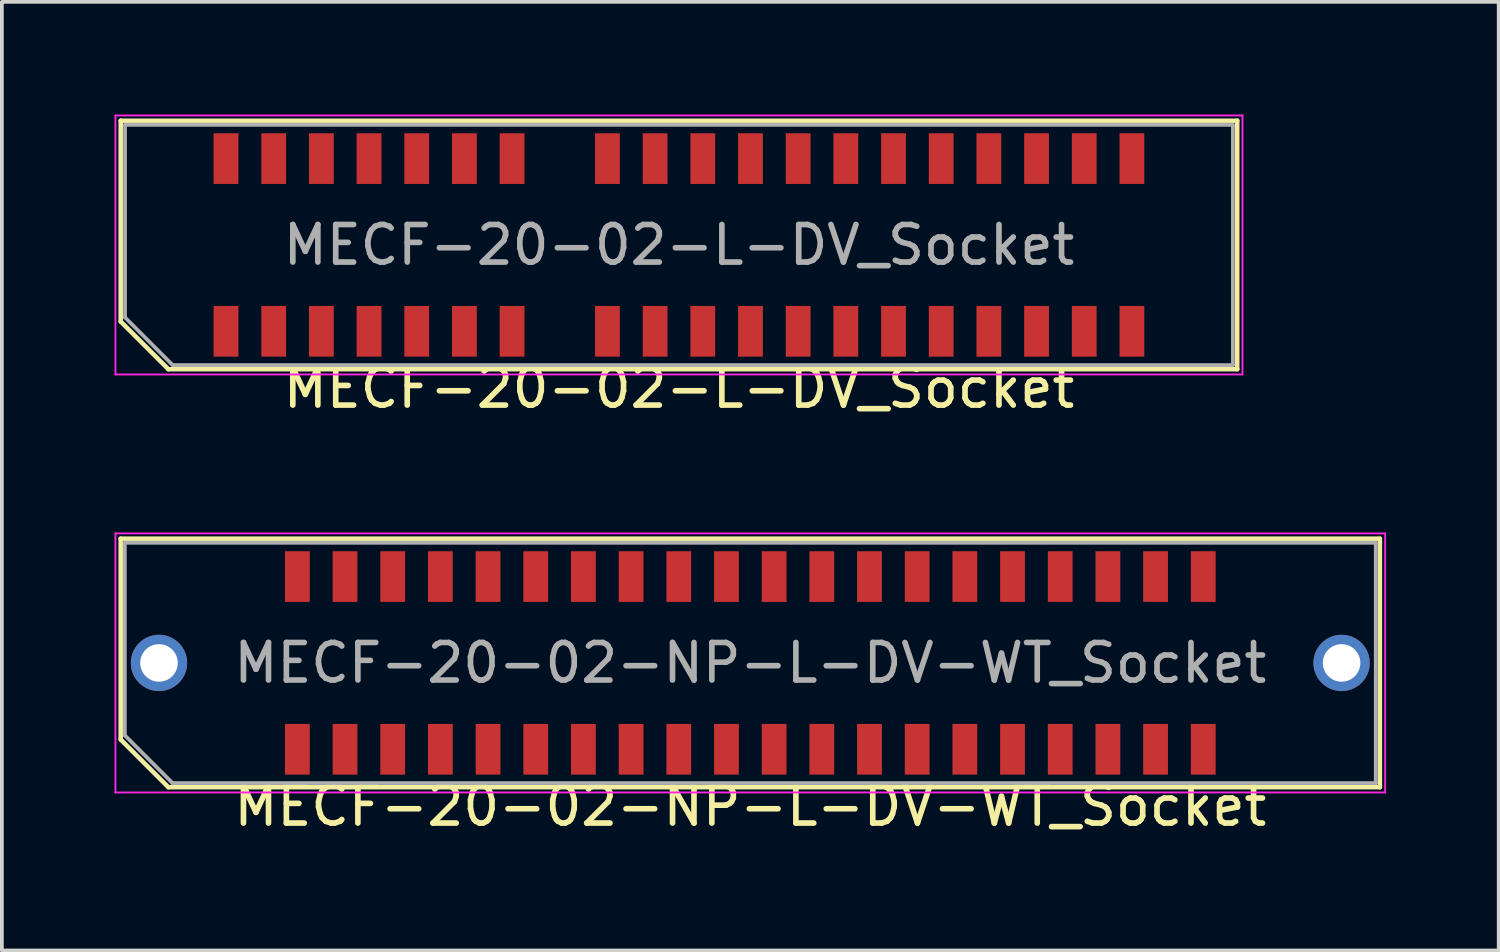
<source format=kicad_pcb>
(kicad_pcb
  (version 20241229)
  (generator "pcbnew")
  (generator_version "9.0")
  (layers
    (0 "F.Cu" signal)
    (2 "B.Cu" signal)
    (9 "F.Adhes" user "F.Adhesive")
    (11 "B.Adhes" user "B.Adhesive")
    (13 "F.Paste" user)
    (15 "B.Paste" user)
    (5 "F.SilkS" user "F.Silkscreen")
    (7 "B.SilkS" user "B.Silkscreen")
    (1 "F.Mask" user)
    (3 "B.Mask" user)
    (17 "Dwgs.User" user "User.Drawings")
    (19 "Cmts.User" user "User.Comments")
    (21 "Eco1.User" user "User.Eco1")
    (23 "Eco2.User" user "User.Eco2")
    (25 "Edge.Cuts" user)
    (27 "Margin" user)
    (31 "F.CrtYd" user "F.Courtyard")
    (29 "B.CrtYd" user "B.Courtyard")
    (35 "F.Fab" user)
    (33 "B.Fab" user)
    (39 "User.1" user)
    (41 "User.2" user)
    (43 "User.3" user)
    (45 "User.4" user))
  (footprint "MECF-20-02-NP-L-DV-WT_Socket"
    (layer "F.Cu")
    (at 16.935 14.608)
    (property "Reference" "MECF-20-02-NP-L-DV-WT_Socket" (at 0 3.81 0) (layer "F.SilkS") (effects (font (size 1 1) (thickness 0.15))))
    (attr smd)
    (fp_line (start -16.77 -3.31) (end 16.77 -3.31) (stroke (width 0.12) (type solid)) (layer "F.SilkS"))
    (fp_line (start -16.77 2.04) (end -16.77 -3.31) (stroke (width 0.12) (type solid)) (layer "F.SilkS"))
    (fp_line (start -15.5 3.31) (end -16.77 2.04) (stroke (width 0.12) (type solid)) (layer "F.SilkS"))
    (fp_line (start -15.5 3.31) (end 16.77 3.31) (stroke (width 0.12) (type solid)) (layer "F.SilkS"))
    (fp_line (start 16.77 3.31) (end 16.77 -3.31) (stroke (width 0.12) (type solid)) (layer "F.SilkS"))
    (fp_line (start -16.91 -3.45) (end -16.91 3.45) (stroke (width 0.05) (type solid)) (layer "F.CrtYd"))
    (fp_line (start -16.91 3.45) (end 16.91 3.45) (stroke (width 0.05) (type solid)) (layer "F.CrtYd"))
    (fp_line (start 16.91 -3.45) (end -16.91 -3.45) (stroke (width 0.05) (type solid)) (layer "F.CrtYd"))
    (fp_line (start 16.91 3.45) (end 16.91 -3.45) (stroke (width 0.05) (type solid)) (layer "F.CrtYd"))
    (fp_line (start -16.66 -3.2) (end 16.66 -3.2) (stroke (width 0.1) (type solid)) (layer "F.Fab"))
    (fp_line (start -16.66 1.93) (end -16.66 -3.2) (stroke (width 0.1) (type solid)) (layer "F.Fab"))
    (fp_line (start -16.66 1.93) (end -15.39 3.2) (stroke (width 0.1) (type solid)) (layer "F.Fab"))
    (fp_line (start -15.39 3.2) (end 16.66 3.2) (stroke (width 0.1) (type solid)) (layer "F.Fab"))
    (fp_line (start 16.66 3.2) (end 16.66 -3.2) (stroke (width 0.1) (type solid)) (layer "F.Fab"))
    (fp_text user "${REFERENCE}" (at 0 0 0) (layer "F.Fab") (effects (font (size 1 1) (thickness 0.15))))
    (pad "" thru_hole circle (at -15.75 0) (size 1.5 1.5) (drill 1) (layers "*.Cu" "*.Mask"))
    (pad "" np_thru_hole circle (at -13.845 0) (size 0.001 0.001) (drill 1.45) (layers "*.Cu" "*.Mask"))
    (pad "" np_thru_hole circle (at 13.845 1) (size 0.001 0.001) (drill 1.45) (layers "*.Cu" "*.Mask"))
    (pad "" thru_hole circle (at 15.75 0) (size 1.5 1.5) (drill 1) (layers "*.Cu" "*.Mask"))
    (pad "1" smd rect (at -12.065 2.3) (size 0.66 1.35) (layers "F.Cu" "F.Mask" "F.Paste"))
    (pad "2" smd rect (at -12.065 -2.3) (size 0.66 1.35) (layers "F.Cu" "F.Mask" "F.Paste"))
    (pad "3" smd rect (at -10.795 2.3) (size 0.66 1.35) (layers "F.Cu" "F.Mask" "F.Paste"))
    (pad "4" smd rect (at -10.795 -2.3) (size 0.66 1.35) (layers "F.Cu" "F.Mask" "F.Paste"))
    (pad "5" smd rect (at -9.525 2.3) (size 0.66 1.35) (layers "F.Cu" "F.Mask" "F.Paste"))
    (pad "6" smd rect (at -9.525 -2.3) (size 0.66 1.35) (layers "F.Cu" "F.Mask" "F.Paste"))
    (pad "7" smd rect (at -8.255 2.3) (size 0.66 1.35) (layers "F.Cu" "F.Mask" "F.Paste"))
    (pad "8" smd rect (at -8.255 -2.3) (size 0.66 1.35) (layers "F.Cu" "F.Mask" "F.Paste"))
    (pad "9" smd rect (at -6.985 2.3) (size 0.66 1.35) (layers "F.Cu" "F.Mask" "F.Paste"))
    (pad "10" smd rect (at -6.985 -2.3) (size 0.66 1.35) (layers "F.Cu" "F.Mask" "F.Paste"))
    (pad "11" smd rect (at -5.715 2.3) (size 0.66 1.35) (layers "F.Cu" "F.Mask" "F.Paste"))
    (pad "12" smd rect (at -5.715 -2.3) (size 0.66 1.35) (layers "F.Cu" "F.Mask" "F.Paste"))
    (pad "13" smd rect (at -4.445 2.3) (size 0.66 1.35) (layers "F.Cu" "F.Mask" "F.Paste"))
    (pad "14" smd rect (at -4.445 -2.3) (size 0.66 1.35) (layers "F.Cu" "F.Mask" "F.Paste"))
    (pad "15" smd rect (at -3.175 2.3) (size 0.66 1.35) (layers "F.Cu" "F.Mask" "F.Paste"))
    (pad "16" smd rect (at -3.175 -2.3) (size 0.66 1.35) (layers "F.Cu" "F.Mask" "F.Paste"))
    (pad "17" smd rect (at -1.905 2.3) (size 0.66 1.35) (layers "F.Cu" "F.Mask" "F.Paste"))
    (pad "18" smd rect (at -1.905 -2.3) (size 0.66 1.35) (layers "F.Cu" "F.Mask" "F.Paste"))
    (pad "19" smd rect (at -0.635 2.3) (size 0.66 1.35) (layers "F.Cu" "F.Mask" "F.Paste"))
    (pad "20" smd rect (at -0.635 -2.3) (size 0.66 1.35) (layers "F.Cu" "F.Mask" "F.Paste"))
    (pad "21" smd rect (at 0.635 2.3) (size 0.66 1.35) (layers "F.Cu" "F.Mask" "F.Paste"))
    (pad "22" smd rect (at 0.635 -2.3) (size 0.66 1.35) (layers "F.Cu" "F.Mask" "F.Paste"))
    (pad "23" smd rect (at 1.905 2.3) (size 0.66 1.35) (layers "F.Cu" "F.Mask" "F.Paste"))
    (pad "24" smd rect (at 1.905 -2.3) (size 0.66 1.35) (layers "F.Cu" "F.Mask" "F.Paste"))
    (pad "25" smd rect (at 3.175 2.3) (size 0.66 1.35) (layers "F.Cu" "F.Mask" "F.Paste"))
    (pad "26" smd rect (at 3.175 -2.3) (size 0.66 1.35) (layers "F.Cu" "F.Mask" "F.Paste"))
    (pad "27" smd rect (at 4.445 2.3) (size 0.66 1.35) (layers "F.Cu" "F.Mask" "F.Paste"))
    (pad "28" smd rect (at 4.445 -2.3) (size 0.66 1.35) (layers "F.Cu" "F.Mask" "F.Paste"))
    (pad "29" smd rect (at 5.715 2.3) (size 0.66 1.35) (layers "F.Cu" "F.Mask" "F.Paste"))
    (pad "30" smd rect (at 5.715 -2.3) (size 0.66 1.35) (layers "F.Cu" "F.Mask" "F.Paste"))
    (pad "31" smd rect (at 6.985 2.3) (size 0.66 1.35) (layers "F.Cu" "F.Mask" "F.Paste"))
    (pad "32" smd rect (at 6.985 -2.3) (size 0.66 1.35) (layers "F.Cu" "F.Mask" "F.Paste"))
    (pad "33" smd rect (at 8.255 2.3) (size 0.66 1.35) (layers "F.Cu" "F.Mask" "F.Paste"))
    (pad "34" smd rect (at 8.255 -2.3) (size 0.66 1.35) (layers "F.Cu" "F.Mask" "F.Paste"))
    (pad "35" smd rect (at 9.525 2.3) (size 0.66 1.35) (layers "F.Cu" "F.Mask" "F.Paste"))
    (pad "36" smd rect (at 9.525 -2.3) (size 0.66 1.35) (layers "F.Cu" "F.Mask" "F.Paste"))
    (pad "37" smd rect (at 10.795 2.3) (size 0.66 1.35) (layers "F.Cu" "F.Mask" "F.Paste"))
    (pad "38" smd rect (at 10.795 -2.3) (size 0.66 1.35) (layers "F.Cu" "F.Mask" "F.Paste"))
    (pad "39" smd rect (at 12.065 2.3) (size 0.66 1.35) (layers "F.Cu" "F.Mask" "F.Paste"))
    (pad "40" smd rect (at 12.065 -2.3) (size 0.66 1.35) (layers "F.Cu" "F.Mask" "F.Paste")))
  (footprint "MECF-20-02-L-DV_Socket"
    (layer "F.Cu")
    (at 15.035 3.475)
    (property "Reference" "MECF-20-02-L-DV_Socket" (at 0 3.81 0) (layer "F.SilkS") (effects (font (size 1 1) (thickness 0.15))))
    (attr smd)
    (fp_line (start -14.87 -3.31) (end 14.87 -3.31) (stroke (width 0.12) (type solid)) (layer "F.SilkS"))
    (fp_line (start -14.87 2.04) (end -14.87 -3.31) (stroke (width 0.12) (type solid)) (layer "F.SilkS"))
    (fp_line (start -13.6 3.31) (end -14.87 2.04) (stroke (width 0.12) (type solid)) (layer "F.SilkS"))
    (fp_line (start -13.6 3.31) (end 14.87 3.31) (stroke (width 0.12) (type solid)) (layer "F.SilkS"))
    (fp_line (start 14.87 3.31) (end 14.87 -3.31) (stroke (width 0.12) (type solid)) (layer "F.SilkS"))
    (fp_line (start -15.01 -3.45) (end -15.01 3.45) (stroke (width 0.05) (type solid)) (layer "F.CrtYd"))
    (fp_line (start -15.01 3.45) (end 15.01 3.45) (stroke (width 0.05) (type solid)) (layer "F.CrtYd"))
    (fp_line (start 15.01 -3.45) (end -15.01 -3.45) (stroke (width 0.05) (type solid)) (layer "F.CrtYd"))
    (fp_line (start 15.01 3.45) (end 15.01 -3.45) (stroke (width 0.05) (type solid)) (layer "F.CrtYd"))
    (fp_line (start -14.755 -3.2) (end 14.755 -3.2) (stroke (width 0.1) (type solid)) (layer "F.Fab"))
    (fp_line (start -14.755 1.93) (end -14.755 -3.2) (stroke (width 0.1) (type solid)) (layer "F.Fab"))
    (fp_line (start -14.755 1.93) (end -13.485 3.2) (stroke (width 0.1) (type solid)) (layer "F.Fab"))
    (fp_line (start -13.485 3.2) (end 14.755 3.2) (stroke (width 0.1) (type solid)) (layer "F.Fab"))
    (fp_line (start 14.755 3.2) (end 14.755 -3.2) (stroke (width 0.1) (type solid)) (layer "F.Fab"))
    (fp_text user "${REFERENCE}" (at 0 0 0) (layer "F.Fab") (effects (font (size 1 1) (thickness 0.15))))
    (pad "" np_thru_hole circle (at -13.845 0) (size 0.001 0.001) (drill 1.45) (layers "*.Cu" "*.Mask"))
    (pad "" np_thru_hole circle (at 13.845 1) (size 0.001 0.001) (drill 1.45) (layers "*.Cu" "*.Mask"))
    (pad "1" smd rect (at -12.065 2.3) (size 0.66 1.35) (layers "F.Cu" "F.Mask" "F.Paste"))
    (pad "2" smd rect (at -12.065 -2.3) (size 0.66 1.35) (layers "F.Cu" "F.Mask" "F.Paste"))
    (pad "3" smd rect (at -10.795 2.3) (size 0.66 1.35) (layers "F.Cu" "F.Mask" "F.Paste"))
    (pad "4" smd rect (at -10.795 -2.3) (size 0.66 1.35) (layers "F.Cu" "F.Mask" "F.Paste"))
    (pad "5" smd rect (at -9.525 2.3) (size 0.66 1.35) (layers "F.Cu" "F.Mask" "F.Paste"))
    (pad "6" smd rect (at -9.525 -2.3) (size 0.66 1.35) (layers "F.Cu" "F.Mask" "F.Paste"))
    (pad "7" smd rect (at -8.255 2.3) (size 0.66 1.35) (layers "F.Cu" "F.Mask" "F.Paste"))
    (pad "8" smd rect (at -8.255 -2.3) (size 0.66 1.35) (layers "F.Cu" "F.Mask" "F.Paste"))
    (pad "9" smd rect (at -6.985 2.3) (size 0.66 1.35) (layers "F.Cu" "F.Mask" "F.Paste"))
    (pad "10" smd rect (at -6.985 -2.3) (size 0.66 1.35) (layers "F.Cu" "F.Mask" "F.Paste"))
    (pad "11" smd rect (at -5.715 2.3) (size 0.66 1.35) (layers "F.Cu" "F.Mask" "F.Paste"))
    (pad "12" smd rect (at -5.715 -2.3) (size 0.66 1.35) (layers "F.Cu" "F.Mask" "F.Paste"))
    (pad "13" smd rect (at -4.445 2.3) (size 0.66 1.35) (layers "F.Cu" "F.Mask" "F.Paste"))
    (pad "14" smd rect (at -4.445 -2.3) (size 0.66 1.35) (layers "F.Cu" "F.Mask" "F.Paste"))
    (pad "17" smd rect (at -1.905 2.3) (size 0.66 1.35) (layers "F.Cu" "F.Mask" "F.Paste"))
    (pad "18" smd rect (at -1.905 -2.3) (size 0.66 1.35) (layers "F.Cu" "F.Mask" "F.Paste"))
    (pad "19" smd rect (at -0.635 2.3) (size 0.66 1.35) (layers "F.Cu" "F.Mask" "F.Paste"))
    (pad "20" smd rect (at -0.635 -2.3) (size 0.66 1.35) (layers "F.Cu" "F.Mask" "F.Paste"))
    (pad "21" smd rect (at 0.635 2.3) (size 0.66 1.35) (layers "F.Cu" "F.Mask" "F.Paste"))
    (pad "22" smd rect (at 0.635 -2.3) (size 0.66 1.35) (layers "F.Cu" "F.Mask" "F.Paste"))
    (pad "23" smd rect (at 1.905 2.3) (size 0.66 1.35) (layers "F.Cu" "F.Mask" "F.Paste"))
    (pad "24" smd rect (at 1.905 -2.3) (size 0.66 1.35) (layers "F.Cu" "F.Mask" "F.Paste"))
    (pad "25" smd rect (at 3.175 2.3) (size 0.66 1.35) (layers "F.Cu" "F.Mask" "F.Paste"))
    (pad "26" smd rect (at 3.175 -2.3) (size 0.66 1.35) (layers "F.Cu" "F.Mask" "F.Paste"))
    (pad "27" smd rect (at 4.445 2.3) (size 0.66 1.35) (layers "F.Cu" "F.Mask" "F.Paste"))
    (pad "28" smd rect (at 4.445 -2.3) (size 0.66 1.35) (layers "F.Cu" "F.Mask" "F.Paste"))
    (pad "29" smd rect (at 5.715 2.3) (size 0.66 1.35) (layers "F.Cu" "F.Mask" "F.Paste"))
    (pad "30" smd rect (at 5.715 -2.3) (size 0.66 1.35) (layers "F.Cu" "F.Mask" "F.Paste"))
    (pad "31" smd rect (at 6.985 2.3) (size 0.66 1.35) (layers "F.Cu" "F.Mask" "F.Paste"))
    (pad "32" smd rect (at 6.985 -2.3) (size 0.66 1.35) (layers "F.Cu" "F.Mask" "F.Paste"))
    (pad "33" smd rect (at 8.255 2.3) (size 0.66 1.35) (layers "F.Cu" "F.Mask" "F.Paste"))
    (pad "34" smd rect (at 8.255 -2.3) (size 0.66 1.35) (layers "F.Cu" "F.Mask" "F.Paste"))
    (pad "35" smd rect (at 9.525 2.3) (size 0.66 1.35) (layers "F.Cu" "F.Mask" "F.Paste"))
    (pad "36" smd rect (at 9.525 -2.3) (size 0.66 1.35) (layers "F.Cu" "F.Mask" "F.Paste"))
    (pad "37" smd rect (at 10.795 2.3) (size 0.66 1.35) (layers "F.Cu" "F.Mask" "F.Paste"))
    (pad "38" smd rect (at 10.795 -2.3) (size 0.66 1.35) (layers "F.Cu" "F.Mask" "F.Paste"))
    (pad "39" smd rect (at 12.065 2.3) (size 0.66 1.35) (layers "F.Cu" "F.Mask" "F.Paste"))
    (pad "40" smd rect (at 12.065 -2.3) (size 0.66 1.35) (layers "F.Cu" "F.Mask" "F.Paste")))
  (gr_rect
    (start -3 -3)
    (end 36.87 22.267)
    (stroke (width 0.1) (type default))
    (fill no)
    (layer "Edge.Cuts")))
</source>
